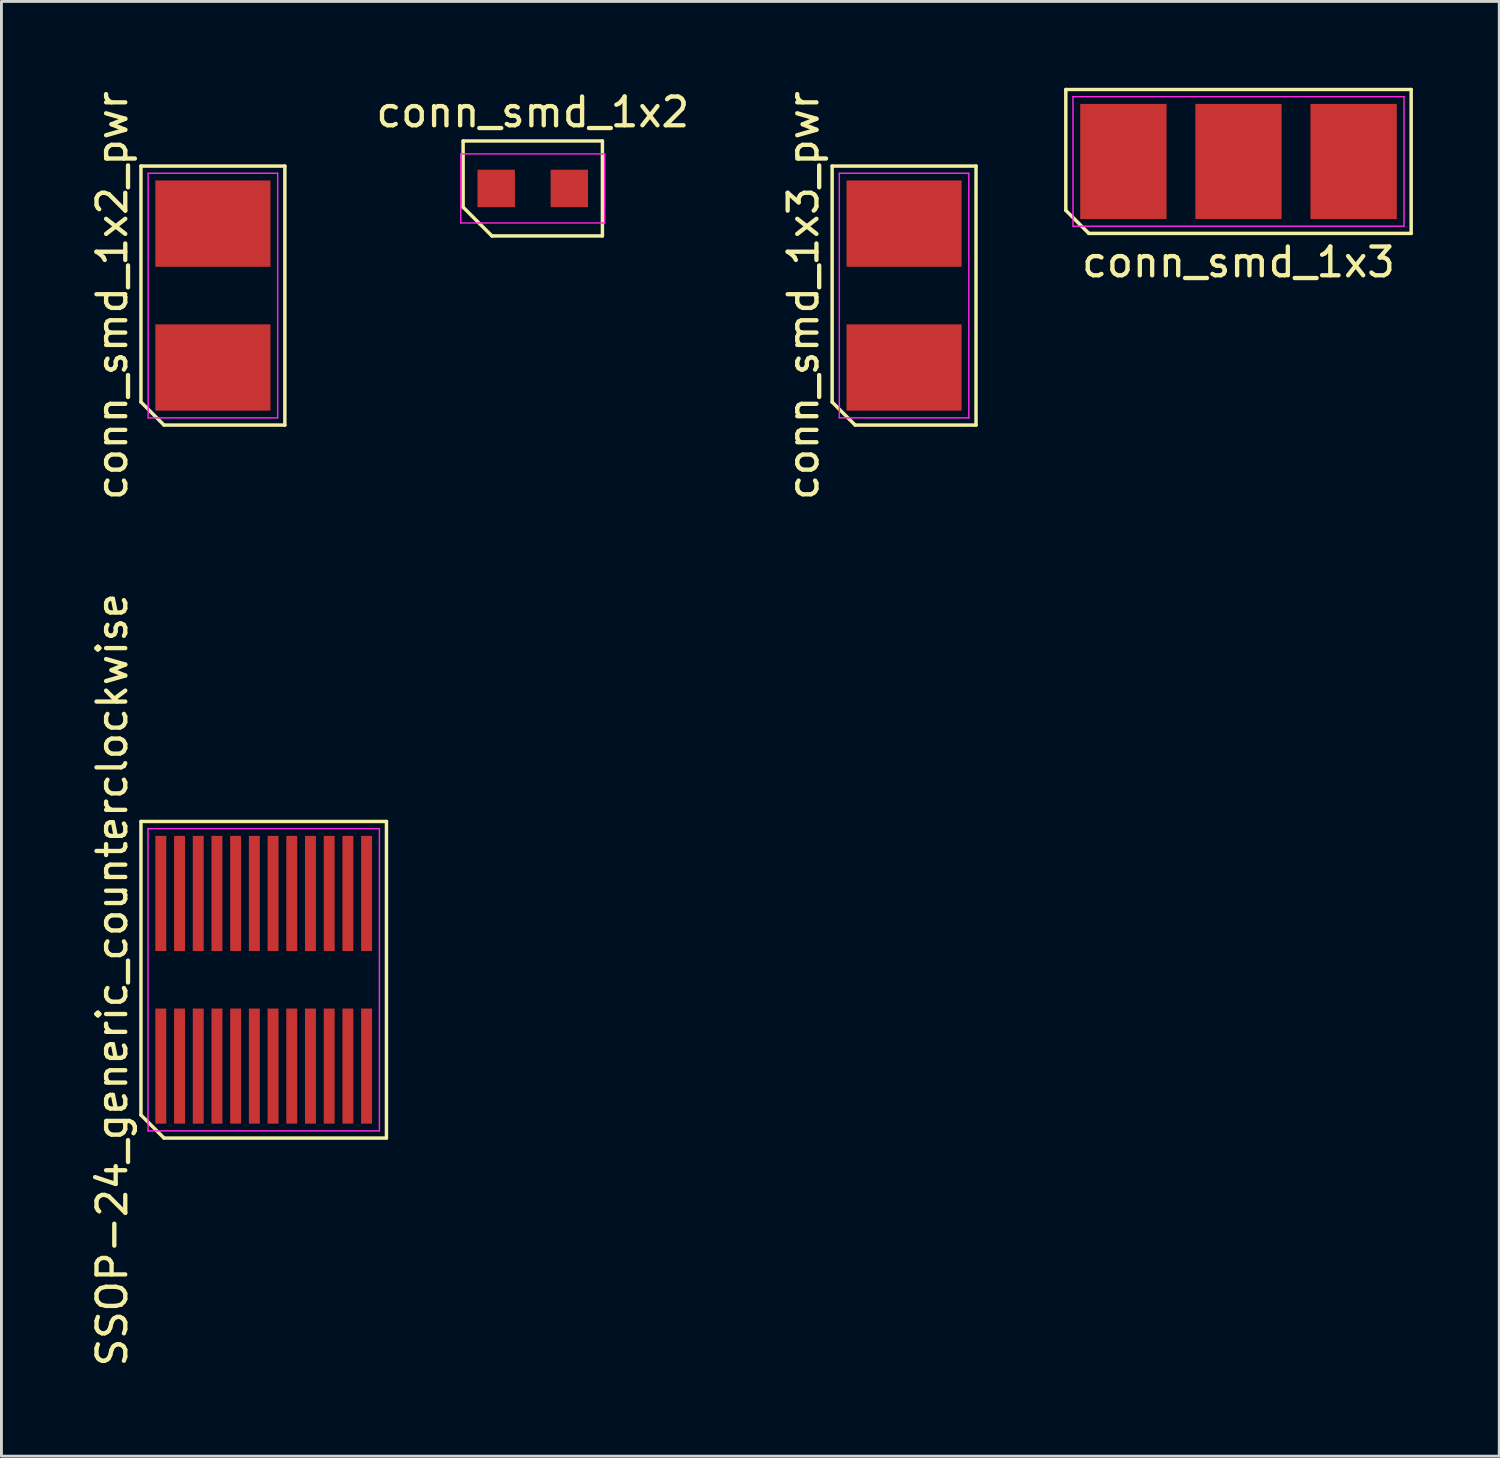
<source format=kicad_pcb>
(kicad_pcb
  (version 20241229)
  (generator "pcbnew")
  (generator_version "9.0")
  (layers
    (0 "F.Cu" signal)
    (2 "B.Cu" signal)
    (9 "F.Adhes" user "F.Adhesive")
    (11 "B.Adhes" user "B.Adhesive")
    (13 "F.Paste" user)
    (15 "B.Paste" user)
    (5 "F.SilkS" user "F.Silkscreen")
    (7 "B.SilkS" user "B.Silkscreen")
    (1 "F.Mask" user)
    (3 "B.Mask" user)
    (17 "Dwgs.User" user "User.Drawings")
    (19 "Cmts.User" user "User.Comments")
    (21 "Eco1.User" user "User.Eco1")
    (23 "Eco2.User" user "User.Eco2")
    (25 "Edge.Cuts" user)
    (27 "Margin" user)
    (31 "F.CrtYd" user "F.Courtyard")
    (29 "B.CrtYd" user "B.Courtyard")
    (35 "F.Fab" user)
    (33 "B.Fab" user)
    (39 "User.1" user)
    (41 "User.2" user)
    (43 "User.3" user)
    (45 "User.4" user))
  (footprint "conn_smd_1x2_pwr"
    (layer "F.Cu")
    (at 4.348 7.22)
    (property "Reference" "conn_smd_1x2_pwr" (at -3.5 0 90) (layer "F.SilkS") (effects (font (size 1 1) (thickness 0.15))))
    (attr smd)
    (fp_line (start -2.5 -4.5) (end 2.5 -4.5) (stroke (width 0.12) (type solid)) (layer "F.SilkS"))
    (fp_line (start -2.5 3.7) (end -2.5 -4.5) (stroke (width 0.12) (type solid)) (layer "F.SilkS"))
    (fp_line (start -1.7 4.5) (end -2.5 3.7) (stroke (width 0.12) (type solid)) (layer "F.SilkS"))
    (fp_line (start 2.5 -4.5) (end 2.5 4.5) (stroke (width 0.12) (type solid)) (layer "F.SilkS"))
    (fp_line (start 2.5 4.5) (end -1.7 4.5) (stroke (width 0.12) (type solid)) (layer "F.SilkS"))
    (fp_line (start -2.25 -4.25) (end 2.25 -4.25) (stroke (width 0.05) (type solid)) (layer "F.CrtYd"))
    (fp_line (start -2.25 4.25) (end -2.25 -4.25) (stroke (width 0.05) (type solid)) (layer "F.CrtYd"))
    (fp_line (start 2.25 -4.25) (end 2.25 4.25) (stroke (width 0.05) (type solid)) (layer "F.CrtYd"))
    (fp_line (start 2.25 4.25) (end -2.25 4.25) (stroke (width 0.05) (type solid)) (layer "F.CrtYd"))
    (pad "1" smd rect (at 0 2.5) (size 4 3) (layers "F.Cu" "F.Mask" "F.Paste"))
    (pad "2" smd rect (at 0 -2.5) (size 4 3) (layers "F.Cu" "F.Mask" "F.Paste")))
  (footprint "SSOP-24_generic_counterclockwise"
    (layer "F.Cu")
    (at 6.113 30.994)
    (property "Reference" "SSOP-24_generic_counterclockwise" (at -5.265 0 90) (layer "F.SilkS") (effects (font (size 1 1) (thickness 0.15))))
    (attr smd)
    (fp_line (start -4.265 -5.5) (end 4.265 -5.5) (stroke (width 0.12) (type solid)) (layer "F.SilkS"))
    (fp_line (start -4.265 4.7) (end -4.265 -5.5) (stroke (width 0.12) (type solid)) (layer "F.SilkS"))
    (fp_line (start -3.465 5.5) (end -4.265 4.7) (stroke (width 0.12) (type solid)) (layer "F.SilkS"))
    (fp_line (start 4.265 -5.5) (end 4.265 5.5) (stroke (width 0.12) (type solid)) (layer "F.SilkS"))
    (fp_line (start 4.265 5.5) (end -3.465 5.5) (stroke (width 0.12) (type solid)) (layer "F.SilkS"))
    (fp_line (start -4.02 -5.25) (end 4.02 -5.25) (stroke (width 0.05) (type solid)) (layer "F.CrtYd"))
    (fp_line (start -4.02 5.25) (end -4.02 -5.25) (stroke (width 0.05) (type solid)) (layer "F.CrtYd"))
    (fp_line (start 4.02 -5.25) (end 4.02 5.25) (stroke (width 0.05) (type solid)) (layer "F.CrtYd"))
    (fp_line (start 4.02 5.25) (end -4.02 5.25) (stroke (width 0.05) (type solid)) (layer "F.CrtYd"))
    (pad "1" smd rect (at -3.575 3) (size 0.38 4) (layers "F.Cu" "F.Mask" "F.Paste"))
    (pad "2" smd rect (at -2.925 3) (size 0.38 4) (layers "F.Cu" "F.Mask" "F.Paste"))
    (pad "3" smd rect (at -2.275 3) (size 0.38 4) (layers "F.Cu" "F.Mask" "F.Paste"))
    (pad "4" smd rect (at -1.625 3) (size 0.38 4) (layers "F.Cu" "F.Mask" "F.Paste"))
    (pad "5" smd rect (at -0.975 3) (size 0.38 4) (layers "F.Cu" "F.Mask" "F.Paste"))
    (pad "6" smd rect (at -0.325 3) (size 0.38 4) (layers "F.Cu" "F.Mask" "F.Paste"))
    (pad "7" smd rect (at 0.325 3) (size 0.38 4) (layers "F.Cu" "F.Mask" "F.Paste"))
    (pad "8" smd rect (at 0.975 3) (size 0.38 4) (layers "F.Cu" "F.Mask" "F.Paste"))
    (pad "9" smd rect (at 1.625 3) (size 0.38 4) (layers "F.Cu" "F.Mask" "F.Paste"))
    (pad "10" smd rect (at 2.275 3) (size 0.38 4) (layers "F.Cu" "F.Mask" "F.Paste"))
    (pad "11" smd rect (at 2.925 3) (size 0.38 4) (layers "F.Cu" "F.Mask" "F.Paste"))
    (pad "12" smd rect (at 3.575 3) (size 0.38 4) (layers "F.Cu" "F.Mask" "F.Paste"))
    (pad "13" smd rect (at 3.575 -3) (size 0.38 4) (layers "F.Cu" "F.Mask" "F.Paste"))
    (pad "14" smd rect (at 2.925 -3) (size 0.38 4) (layers "F.Cu" "F.Mask" "F.Paste"))
    (pad "15" smd rect (at 2.275 -3) (size 0.38 4) (layers "F.Cu" "F.Mask" "F.Paste"))
    (pad "16" smd rect (at 1.625 -3) (size 0.38 4) (layers "F.Cu" "F.Mask" "F.Paste"))
    (pad "17" smd rect (at 0.975 -3) (size 0.38 4) (layers "F.Cu" "F.Mask" "F.Paste"))
    (pad "18" smd rect (at 0.325 -3) (size 0.38 4) (layers "F.Cu" "F.Mask" "F.Paste"))
    (pad "19" smd rect (at -0.325 -3) (size 0.38 4) (layers "F.Cu" "F.Mask" "F.Paste"))
    (pad "20" smd rect (at -0.975 -3) (size 0.38 4) (layers "F.Cu" "F.Mask" "F.Paste"))
    (pad "21" smd rect (at -1.625 -3) (size 0.38 4) (layers "F.Cu" "F.Mask" "F.Paste"))
    (pad "22" smd rect (at -2.275 -3) (size 0.38 4) (layers "F.Cu" "F.Mask" "F.Paste"))
    (pad "23" smd rect (at -2.925 -3) (size 0.38 4) (layers "F.Cu" "F.Mask" "F.Paste"))
    (pad "24" smd rect (at -3.575 -3) (size 0.38 4) (layers "F.Cu" "F.Mask" "F.Paste")))
  (footprint "conn_smd_1x3_pwr"
    (layer "F.Cu")
    (at 28.364 7.22)
    (property "Reference" "conn_smd_1x3_pwr" (at -3.5 0 90) (layer "F.SilkS") (effects (font (size 1 1) (thickness 0.15))))
    (attr smd)
    (fp_line (start -2.5 -4.5) (end 2.5 -4.5) (stroke (width 0.12) (type solid)) (layer "F.SilkS"))
    (fp_line (start -2.5 3.7) (end -2.5 -4.5) (stroke (width 0.12) (type solid)) (layer "F.SilkS"))
    (fp_line (start -1.7 4.5) (end -2.5 3.7) (stroke (width 0.12) (type solid)) (layer "F.SilkS"))
    (fp_line (start 2.5 -4.5) (end 2.5 4.5) (stroke (width 0.12) (type solid)) (layer "F.SilkS"))
    (fp_line (start 2.5 4.5) (end -1.7 4.5) (stroke (width 0.12) (type solid)) (layer "F.SilkS"))
    (fp_line (start -2.25 -4.25) (end 2.25 -4.25) (stroke (width 0.05) (type solid)) (layer "F.CrtYd"))
    (fp_line (start -2.25 4.25) (end -2.25 -4.25) (stroke (width 0.05) (type solid)) (layer "F.CrtYd"))
    (fp_line (start 2.25 -4.25) (end 2.25 4.25) (stroke (width 0.05) (type solid)) (layer "F.CrtYd"))
    (fp_line (start 2.25 4.25) (end -2.25 4.25) (stroke (width 0.05) (type solid)) (layer "F.CrtYd"))
    (pad "1" smd rect (at 0 2.5) (size 4 3) (layers "F.Cu" "F.Mask" "F.Paste"))
    (pad "2" smd rect (at 0 -2.5) (size 4 3) (layers "F.Cu" "F.Mask" "F.Paste")))
  (footprint "conn_smd_1x2"
    (layer "F.Cu")
    (at 15.462 3.498)
    (property "Reference" "conn_smd_1x2" (at 0 -2.65 0) (layer "F.SilkS") (effects (font (size 1 1) (thickness 0.15))))
    (attr smd)
    (fp_line (start -2.42 -1.65) (end 2.42 -1.65) (stroke (width 0.12) (type solid)) (layer "F.SilkS"))
    (fp_line (start -2.42 0.65) (end -2.42 -1.65) (stroke (width 0.12) (type solid)) (layer "F.SilkS"))
    (fp_line (start -1.42 1.65) (end -2.42 0.65) (stroke (width 0.12) (type solid)) (layer "F.SilkS"))
    (fp_line (start 2.42 -1.65) (end 2.42 1.65) (stroke (width 0.12) (type solid)) (layer "F.SilkS"))
    (fp_line (start 2.42 1.65) (end -1.42 1.65) (stroke (width 0.12) (type solid)) (layer "F.SilkS"))
    (fp_line (start -2.5 -1.2) (end 2.5 -1.2) (stroke (width 0.05) (type solid)) (layer "F.CrtYd"))
    (fp_line (start -2.5 1.2) (end -2.5 -1.2) (stroke (width 0.05) (type solid)) (layer "F.CrtYd"))
    (fp_line (start 2.5 -1.2) (end 2.5 1.2) (stroke (width 0.05) (type solid)) (layer "F.CrtYd"))
    (fp_line (start 2.5 1.2) (end -2.5 1.2) (stroke (width 0.05) (type solid)) (layer "F.CrtYd"))
    (pad "1" smd rect (at -1.27 0) (size 1.3 1.3) (layers "F.Cu" "F.Mask" "F.Paste"))
    (pad "2" smd rect (at 1.27 0) (size 1.3 1.3) (layers "F.Cu" "F.Mask" "F.Paste")))
  (footprint "conn_smd_1x3"
    (layer "F.Cu")
    (at 39.984 2.56)
    (property "Reference" "conn_smd_1x3" (at 0 3.5 0) (layer "F.SilkS") (effects (font (size 1 1) (thickness 0.15))))
    (attr smd)
    (fp_line (start -6 -2.5) (end 6 -2.5) (stroke (width 0.12) (type solid)) (layer "F.SilkS"))
    (fp_line (start -6 1.7) (end -6 -2.5) (stroke (width 0.12) (type solid)) (layer "F.SilkS"))
    (fp_line (start -5.2 2.5) (end -6 1.7) (stroke (width 0.12) (type solid)) (layer "F.SilkS"))
    (fp_line (start 6 -2.5) (end 6 2.5) (stroke (width 0.12) (type solid)) (layer "F.SilkS"))
    (fp_line (start 6 2.5) (end -5.2 2.5) (stroke (width 0.12) (type solid)) (layer "F.SilkS"))
    (fp_line (start -5.75 -2.25) (end 5.75 -2.25) (stroke (width 0.05) (type solid)) (layer "F.CrtYd"))
    (fp_line (start -5.75 2.25) (end -5.75 -2.25) (stroke (width 0.05) (type solid)) (layer "F.CrtYd"))
    (fp_line (start 5.75 -2.25) (end 5.75 2.25) (stroke (width 0.05) (type solid)) (layer "F.CrtYd"))
    (fp_line (start 5.75 2.25) (end -5.75 2.25) (stroke (width 0.05) (type solid)) (layer "F.CrtYd"))
    (pad "1" smd rect (at -4 0) (size 3 4) (layers "F.Cu" "F.Mask" "F.Paste"))
    (pad "2" smd rect (at 0 0) (size 3 4) (layers "F.Cu" "F.Mask" "F.Paste"))
    (pad "3" smd rect (at 4 0) (size 3 4) (layers "F.Cu" "F.Mask" "F.Paste")))
  (gr_rect
    (start -3 -3)
    (end 49.044 47.548)
    (stroke (width 0.1) (type default))
    (fill no)
    (layer "Edge.Cuts")))
</source>
